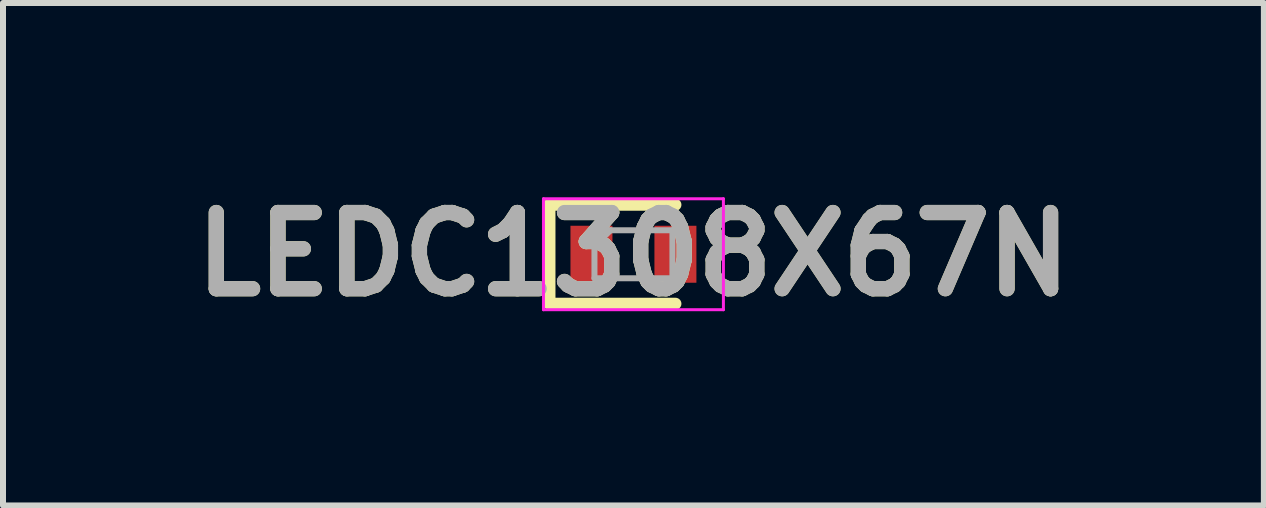
<source format=kicad_pcb>
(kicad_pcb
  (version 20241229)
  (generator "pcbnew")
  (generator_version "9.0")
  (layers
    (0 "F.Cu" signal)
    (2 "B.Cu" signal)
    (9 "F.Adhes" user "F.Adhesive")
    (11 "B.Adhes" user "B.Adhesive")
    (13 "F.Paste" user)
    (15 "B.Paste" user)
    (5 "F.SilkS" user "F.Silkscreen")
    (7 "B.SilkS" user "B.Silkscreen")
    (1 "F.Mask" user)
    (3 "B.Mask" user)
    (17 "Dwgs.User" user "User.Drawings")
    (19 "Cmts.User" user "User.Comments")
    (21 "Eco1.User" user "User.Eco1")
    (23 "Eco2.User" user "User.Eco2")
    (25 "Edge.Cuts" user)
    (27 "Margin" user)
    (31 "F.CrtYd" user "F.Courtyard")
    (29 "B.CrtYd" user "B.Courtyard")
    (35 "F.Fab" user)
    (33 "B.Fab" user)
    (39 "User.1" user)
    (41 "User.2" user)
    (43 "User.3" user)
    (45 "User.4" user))
  (footprint "LEDC1308X67N"
    (layer "F.Cu")
    (at 7.511 1.189)
    (property "Reference" "LEDC1308X67N" (at 0 0 0) (layer "F.SilkS") (effects (font (size 1.27 1.27) (thickness 0.254))))
    (attr smd)
    (fp_line (start -1.4 -0.825) (end -1.4 0.825) (stroke (width 0.2) (type solid)) (layer "F.SilkS"))
    (fp_line (start -1.4 0.825) (end 0.7 0.825) (stroke (width 0.2) (type solid)) (layer "F.SilkS"))
    (fp_line (start 0.7 -0.825) (end -1.4 -0.825) (stroke (width 0.2) (type solid)) (layer "F.SilkS"))
    (fp_line (start -1.5 -0.925) (end 1.5 -0.925) (stroke (width 0.05) (type solid)) (layer "F.CrtYd"))
    (fp_line (start -1.5 0.925) (end -1.5 -0.925) (stroke (width 0.05) (type solid)) (layer "F.CrtYd"))
    (fp_line (start 1.5 -0.925) (end 1.5 0.925) (stroke (width 0.05) (type solid)) (layer "F.CrtYd"))
    (fp_line (start 1.5 0.925) (end -1.5 0.925) (stroke (width 0.05) (type solid)) (layer "F.CrtYd"))
    (fp_line (start -0.65 -0.4) (end 0.65 -0.4) (stroke (width 0.1) (type solid)) (layer "F.Fab"))
    (fp_line (start -0.65 -0.133) (end -0.383 -0.4) (stroke (width 0.1) (type solid)) (layer "F.Fab"))
    (fp_line (start -0.65 0.4) (end -0.65 -0.4) (stroke (width 0.1) (type solid)) (layer "F.Fab"))
    (fp_line (start 0.65 -0.4) (end 0.65 0.4) (stroke (width 0.1) (type solid)) (layer "F.Fab"))
    (fp_line (start 0.65 0.4) (end -0.65 0.4) (stroke (width 0.1) (type solid)) (layer "F.Fab"))
    (fp_text user "${REFERENCE}" (at 0 0 0) (layer "F.Fab") (effects (font (size 1.27 1.27) (thickness 0.254))))
    (pad "1" smd rect (at -0.7 0) (size 0.7 0.95) (layers "F.Cu" "F.Mask" "F.Paste"))
    (pad "2" smd rect (at 0.7 0) (size 0.7 0.95) (layers "F.Cu" "F.Mask" "F.Paste")))
  (gr_rect
    (start -3 -3)
    (end 18.022 5.377)
    (stroke (width 0.1) (type default))
    (fill no)
    (layer "Edge.Cuts")))
</source>
